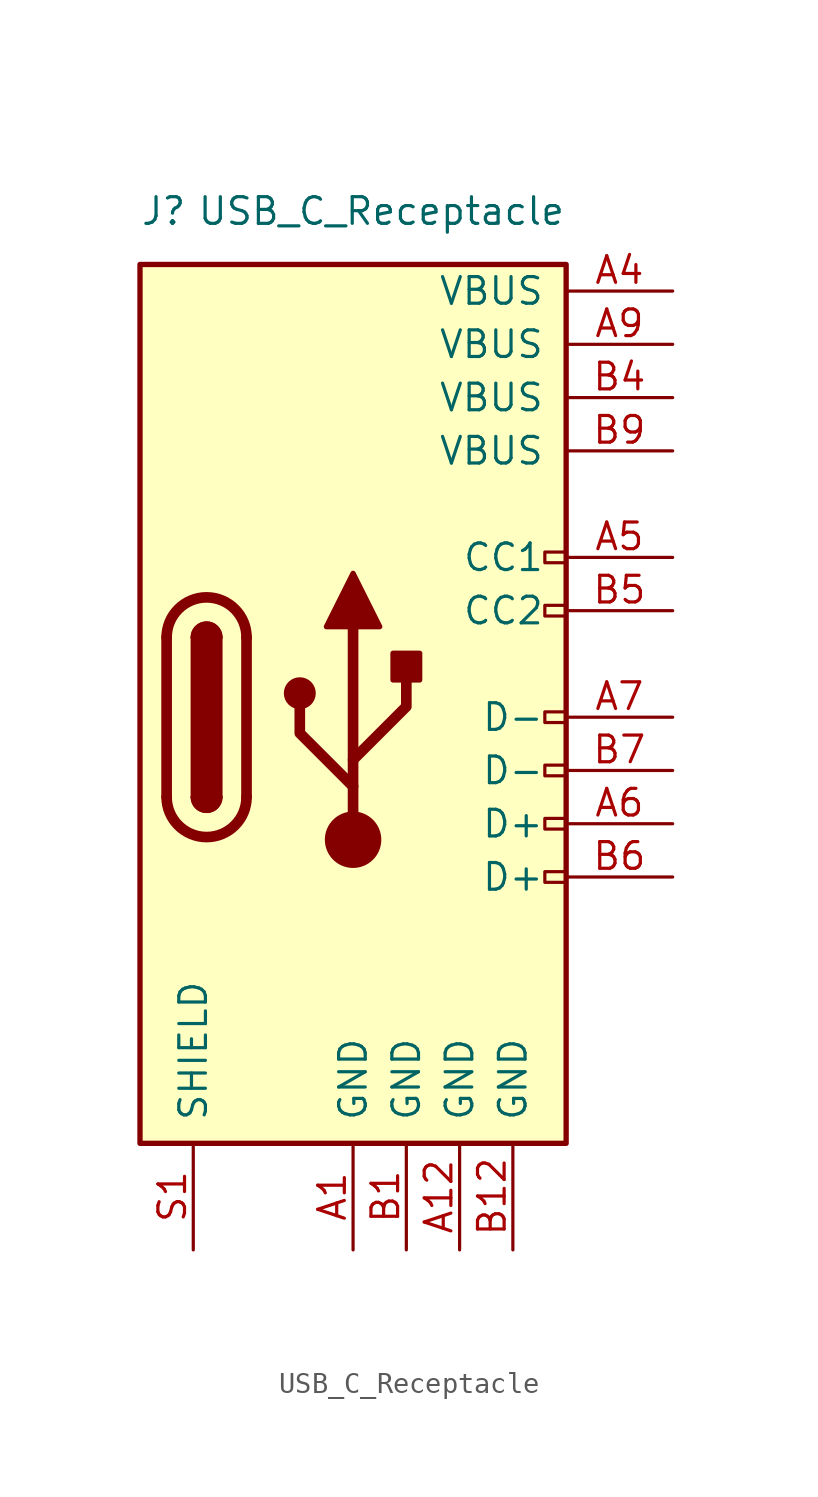
<source format=kicad_sym>
(kicad_symbol_lib
  (version 20220914)
  (generator kicad_symbol_editor)
  (symbol "USB_C_Receptacle"
    (pin_names
      (offset 1.016))
    (property "Reference" "J"
      (at -10.16 29.21 0)
      (effects (font (size 1.27 1.27)) (justify left)))
    (property "Value" "USB_C_Receptacle"
      (at 10.16 29.21 0)
      (effects (font (size 1.27 1.27)) (justify right)))
    (symbol "USB_C_Receptacle_0_0"
      (rectangle (start 10.16 -2.286) (end 9.144 -2.794) (stroke (width 0) (type default)) (fill (type none)))
      (rectangle (start 10.16 0.254) (end 9.144 -0.254) (stroke (width 0) (type default)) (fill (type none)))
      (rectangle (start 10.16 2.794) (end 9.144 2.286) (stroke (width 0) (type default)) (fill (type none)))
      (rectangle (start 10.16 5.334) (end 9.144 4.826) (stroke (width 0) (type default)) (fill (type none)))
      (rectangle (start 10.16 10.414) (end 9.144 9.906) (stroke (width 0) (type default)) (fill (type none)))
      (rectangle (start 10.16 12.954) (end 9.144 12.446) (stroke (width 0) (type default)) (fill (type none))))
    (symbol "USB_C_Receptacle_0_1"
      (rectangle (start -10.16 26.67) (end 10.16 -15.24) (stroke (width 0.254) (type default)) (fill (type background)))
      (arc (start -8.89 1.27) (mid -6.985 -0.6267) (end -5.08 1.27) (stroke (width 0.508) (type default)) (fill (type none)))
      (arc (start -7.62 1.27) (mid -6.985 0.6377) (end -6.35 1.27) (stroke (width 0.254) (type default)) (fill (type none)))
      (arc (start -7.62 1.27) (mid -6.985 0.6377) (end -6.35 1.27) (stroke (width 0.254) (type default)) (fill (type outline)))
      (rectangle (start -7.62 8.89) (end -6.35 1.27) (stroke (width 0.254) (type default)) (fill (type outline)))
      (arc (start -6.35 8.89) (mid -6.985 9.5223) (end -7.62 8.89) (stroke (width 0.254) (type default)) (fill (type none)))
      (arc (start -6.35 8.89) (mid -6.985 9.5223) (end -7.62 8.89) (stroke (width 0.254) (type default)) (fill (type outline)))
      (arc (start -5.08 8.89) (mid -6.985 10.7867) (end -8.89 8.89) (stroke (width 0.508) (type default)) (fill (type none)))
      (polyline (pts (xy -8.89 1.27) (xy -8.89 8.89)) (stroke (width 0.508) (type default)) (fill (type none)))
      (polyline (pts (xy -5.08 8.89) (xy -5.08 1.27)) (stroke (width 0.508) (type default)) (fill (type none))))
    (symbol "USB_C_Receptacle_1_1"
      (circle (center -2.54 6.223) (radius 0.635) (stroke (width 0.254) (type default)) (fill (type outline)))
      (circle (center 0 -0.762) (radius 1.27) (stroke (width 0) (type default)) (fill (type outline)))
      (polyline (pts (xy 0 -0.762) (xy 0 9.398)) (stroke (width 0.508) (type default)) (fill (type none)))
      (polyline (pts (xy 0 1.778) (xy -2.54 4.318) (xy -2.54 5.588)) (stroke (width 0.508) (type default)) (fill (type none)))
      (polyline (pts (xy 0 3.048) (xy 2.54 5.588) (xy 2.54 6.858)) (stroke (width 0.508) (type default)) (fill (type none)))
      (polyline (pts (xy -1.27 9.398) (xy 0 11.938) (xy 1.27 9.398) (xy -1.27 9.398)) (stroke (width 0.254) (type default)) (fill (type outline)))
      (rectangle (start 1.905 6.858) (end 3.175 8.128) (stroke (width 0.254) (type default)) (fill (type outline)))
      (pin passive line (at 0 -20.32 90) (length 5.08) (name "GND" (effects (font (size 1.27 1.27)))) (number "A1" (effects (font (size 1.27 1.27)))))
      (pin passive line (at 5.08 -20.32 90) (length 5.08) (name "GND" (effects (font (size 1.27 1.27)))) (number "A12" (effects (font (size 1.27 1.27)))))
      (pin passive line (at 15.24 25.4 180) (length 5.08) (name "VBUS" (effects (font (size 1.27 1.27)))) (number "A4" (effects (font (size 1.27 1.27)))))
      (pin bidirectional line (at 15.24 12.7 180) (length 5.08) (name "CC1" (effects (font (size 1.27 1.27)))) (number "A5" (effects (font (size 1.27 1.27)))))
      (pin bidirectional line (at 15.24 0 180) (length 5.08) (name "D+" (effects (font (size 1.27 1.27)))) (number "A6" (effects (font (size 1.27 1.27)))))
      (pin bidirectional line (at 15.24 5.08 180) (length 5.08) (name "D-" (effects (font (size 1.27 1.27)))) (number "A7" (effects (font (size 1.27 1.27)))))
      (pin passive line (at 15.24 22.86 180) (length 5.08) (name "VBUS" (effects (font (size 1.27 1.27)))) (number "A9" (effects (font (size 1.27 1.27)))))
      (pin passive line (at 2.54 -20.32 90) (length 5.08) (name "GND" (effects (font (size 1.27 1.27)))) (number "B1" (effects (font (size 1.27 1.27)))))
      (pin passive line (at 7.62 -20.32 90) (length 5.08) (name "GND" (effects (font (size 1.27 1.27)))) (number "B12" (effects (font (size 1.27 1.27)))))
      (pin passive line (at 15.24 20.32 180) (length 5.08) (name "VBUS" (effects (font (size 1.27 1.27)))) (number "B4" (effects (font (size 1.27 1.27)))))
      (pin bidirectional line (at 15.24 10.16 180) (length 5.08) (name "CC2" (effects (font (size 1.27 1.27)))) (number "B5" (effects (font (size 1.27 1.27)))))
      (pin bidirectional line (at 15.24 -2.54 180) (length 5.08) (name "D+" (effects (font (size 1.27 1.27)))) (number "B6" (effects (font (size 1.27 1.27)))))
      (pin bidirectional line (at 15.24 2.54 180) (length 5.08) (name "D-" (effects (font (size 1.27 1.27)))) (number "B7" (effects (font (size 1.27 1.27)))))
      (pin passive line (at 15.24 17.78 180) (length 5.08) (name "VBUS" (effects (font (size 1.27 1.27)))) (number "B9" (effects (font (size 1.27 1.27)))))
      (pin passive line (at -7.62 -20.32 90) (length 5.08) (name "SHIELD" (effects (font (size 1.27 1.27)))) (number "S1" (effects (font (size 1.27 1.27))))))))
</source>
